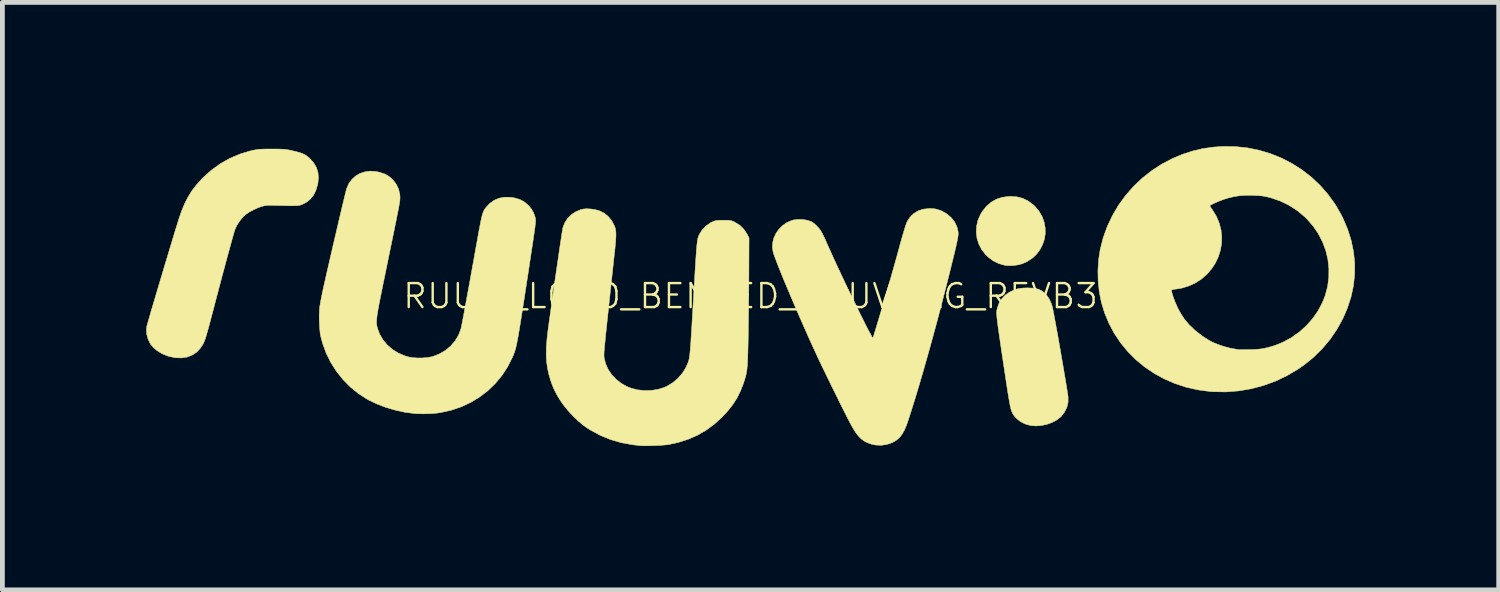
<source format=kicad_pcb>
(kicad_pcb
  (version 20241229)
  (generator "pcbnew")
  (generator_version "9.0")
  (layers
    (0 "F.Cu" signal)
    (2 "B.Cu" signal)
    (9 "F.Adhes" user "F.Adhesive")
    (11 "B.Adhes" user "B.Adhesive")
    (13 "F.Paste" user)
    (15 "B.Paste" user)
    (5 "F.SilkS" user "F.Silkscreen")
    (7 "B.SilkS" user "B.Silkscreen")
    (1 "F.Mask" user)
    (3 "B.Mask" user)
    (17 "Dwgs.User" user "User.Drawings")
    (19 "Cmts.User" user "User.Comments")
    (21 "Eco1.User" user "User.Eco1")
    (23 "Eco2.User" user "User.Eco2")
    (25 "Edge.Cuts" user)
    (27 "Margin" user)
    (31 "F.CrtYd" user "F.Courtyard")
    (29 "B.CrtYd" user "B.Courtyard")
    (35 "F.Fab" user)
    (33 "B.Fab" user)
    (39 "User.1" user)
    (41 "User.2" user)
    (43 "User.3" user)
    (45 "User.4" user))
  (footprint "RUUVI_LOGO_BENDED_RUUVITAG_REVB3"
    (layer "F.Cu")
    (at 12.608 3.127)
    (property "Reference" "RUUVI_LOGO_BENDED_RUUVITAG_REVB3" (at 0 0 0) (layer "F.SilkS") (effects (font (size 0.5 0.5) (thickness 0.05))))
    (attr through_hole)
    (fp_poly (pts (xy 5.559 -2.07) (xy 5.679 -2.039) (xy 5.788 -1.986) (xy 5.891 -1.91) (xy 5.932 -1.872) (xy 6.018 -1.77) (xy 6.082 -1.66) (xy 6.124 -1.544) (xy 6.146 -1.425) (xy 6.148 -1.305) (xy 6.13 -1.187) (xy 6.092 -1.074) (xy 6.037 -0.968) (xy 5.964 -0.871) (xy 5.873 -0.787) (xy 5.766 -0.718) (xy 5.662 -0.673) (xy 5.58 -0.652) (xy 5.488 -0.638) (xy 5.396 -0.635) (xy 5.316 -0.641) (xy 5.307 -0.642) (xy 5.176 -0.679) (xy 5.058 -0.738) (xy 4.951 -0.819) (xy 4.904 -0.865) (xy 4.822 -0.97) (xy 4.762 -1.085) (xy 4.724 -1.207) (xy 4.709 -1.333) (xy 4.716 -1.46) (xy 4.745 -1.586) (xy 4.798 -1.706) (xy 4.836 -1.768) (xy 4.922 -1.875) (xy 5.02 -1.959) (xy 5.13 -2.022) (xy 5.252 -2.061) (xy 5.385 -2.079) (xy 5.426 -2.08) (xy 5.559 -2.07)) (stroke (width 0.01) (type solid)) (fill yes) (layer "F.SilkS"))
    (fp_poly (pts (xy 5.872 -0.167) (xy 5.949 -0.158) (xy 6.01 -0.142) (xy 6.016 -0.14) (xy 6.098 -0.095) (xy 6.17 -0.028) (xy 6.23 0.059) (xy 6.277 0.161) (xy 6.295 0.222) (xy 6.303 0.256) (xy 6.314 0.313) (xy 6.329 0.389) (xy 6.346 0.482) (xy 6.366 0.59) (xy 6.388 0.709) (xy 6.411 0.837) (xy 6.435 0.972) (xy 6.459 1.11) (xy 6.483 1.249) (xy 6.507 1.387) (xy 6.53 1.521) (xy 6.551 1.647) (xy 6.571 1.764) (xy 6.588 1.869) (xy 6.603 1.959) (xy 6.614 2.032) (xy 6.622 2.085) (xy 6.624 2.106) (xy 6.624 2.216) (xy 6.598 2.322) (xy 6.55 2.42) (xy 6.479 2.511) (xy 6.472 2.518) (xy 6.391 2.583) (xy 6.293 2.636) (xy 6.183 2.675) (xy 6.067 2.7) (xy 5.951 2.709) (xy 5.84 2.699) (xy 5.83 2.697) (xy 5.724 2.666) (xy 5.629 2.617) (xy 5.549 2.554) (xy 5.487 2.48) (xy 5.466 2.444) (xy 5.456 2.423) (xy 5.447 2.401) (xy 5.438 2.377) (xy 5.43 2.347) (xy 5.421 2.31) (xy 5.411 2.264) (xy 5.401 2.208) (xy 5.389 2.139) (xy 5.375 2.056) (xy 5.359 1.956) (xy 5.341 1.838) (xy 5.32 1.699) (xy 5.296 1.539) (xy 5.282 1.45) (xy 5.254 1.26) (xy 5.229 1.094) (xy 5.208 0.949) (xy 5.19 0.825) (xy 5.175 0.718) (xy 5.162 0.628) (xy 5.152 0.552) (xy 5.145 0.49) (xy 5.139 0.438) (xy 5.136 0.397) (xy 5.134 0.363) (xy 5.134 0.336) (xy 5.136 0.313) (xy 5.138 0.293) (xy 5.142 0.274) (xy 5.142 0.273) (xy 5.177 0.163) (xy 5.233 0.066) (xy 5.309 -0.017) (xy 5.404 -0.084) (xy 5.518 -0.135) (xy 5.553 -0.147) (xy 5.619 -0.161) (xy 5.7 -0.169) (xy 5.787 -0.171) (xy 5.872 -0.167)) (stroke (width 0.01) (type solid)) (fill yes) (layer "F.SilkS"))
    (fp_poly (pts (xy -9.897 -3.068) (xy -9.823 -3.067) (xy -9.764 -3.064) (xy -9.714 -3.06) (xy -9.666 -3.054) (xy -9.617 -3.045) (xy -9.574 -3.036) (xy -9.477 -3.013) (xy -9.4 -2.992) (xy -9.338 -2.969) (xy -9.287 -2.943) (xy -9.242 -2.912) (xy -9.201 -2.877) (xy -9.119 -2.787) (xy -9.061 -2.69) (xy -9.026 -2.586) (xy -9.015 -2.472) (xy -9.027 -2.349) (xy -9.032 -2.326) (xy -9.068 -2.205) (xy -9.119 -2.103) (xy -9.188 -2.019) (xy -9.273 -1.953) (xy -9.312 -1.932) (xy -9.34 -1.919) (xy -9.365 -1.908) (xy -9.39 -1.899) (xy -9.418 -1.893) (xy -9.451 -1.888) (xy -9.494 -1.886) (xy -9.548 -1.885) (xy -9.616 -1.885) (xy -9.702 -1.887) (xy -9.807 -1.889) (xy -9.908 -1.892) (xy -9.989 -1.893) (xy -10.051 -1.893) (xy -10.1 -1.89) (xy -10.14 -1.885) (xy -10.177 -1.876) (xy -10.185 -1.874) (xy -10.274 -1.844) (xy -10.368 -1.801) (xy -10.458 -1.753) (xy -10.533 -1.702) (xy -10.541 -1.695) (xy -10.605 -1.633) (xy -10.667 -1.554) (xy -10.72 -1.468) (xy -10.759 -1.383) (xy -10.765 -1.364) (xy -10.777 -1.323) (xy -10.795 -1.26) (xy -10.818 -1.178) (xy -10.845 -1.079) (xy -10.876 -0.965) (xy -10.911 -0.839) (xy -10.947 -0.704) (xy -10.985 -0.561) (xy -11.025 -0.414) (xy -11.065 -0.264) (xy -11.104 -0.115) (xy -11.143 0.032) (xy -11.18 0.174) (xy -11.182 0.183) (xy -11.222 0.336) (xy -11.257 0.467) (xy -11.286 0.577) (xy -11.311 0.67) (xy -11.333 0.746) (xy -11.351 0.809) (xy -11.366 0.859) (xy -11.38 0.9) (xy -11.392 0.934) (xy -11.403 0.961) (xy -11.414 0.986) (xy -11.416 0.99) (xy -11.48 1.09) (xy -11.558 1.171) (xy -11.65 1.232) (xy -11.755 1.272) (xy -11.871 1.29) (xy -11.997 1.286) (xy -12 1.285) (xy -12.138 1.257) (xy -12.265 1.208) (xy -12.379 1.14) (xy -12.458 1.074) (xy -12.522 0.995) (xy -12.568 0.901) (xy -12.596 0.8) (xy -12.603 0.696) (xy -12.594 0.627) (xy -12.589 0.604) (xy -12.576 0.559) (xy -12.557 0.494) (xy -12.533 0.411) (xy -12.505 0.313) (xy -12.472 0.201) (xy -12.435 0.078) (xy -12.396 -0.055) (xy -12.354 -0.195) (xy -12.311 -0.34) (xy -12.267 -0.487) (xy -12.223 -0.636) (xy -12.178 -0.783) (xy -12.135 -0.927) (xy -12.093 -1.065) (xy -12.054 -1.196) (xy -12.017 -1.317) (xy -11.984 -1.425) (xy -11.954 -1.52) (xy -11.931 -1.595) (xy -11.871 -1.771) (xy -11.806 -1.928) (xy -11.735 -2.068) (xy -11.654 -2.198) (xy -11.56 -2.32) (xy -11.451 -2.441) (xy -11.415 -2.478) (xy -11.243 -2.631) (xy -11.058 -2.764) (xy -10.861 -2.875) (xy -10.651 -2.964) (xy -10.431 -3.03) (xy -10.383 -3.041) (xy -10.334 -3.05) (xy -10.289 -3.058) (xy -10.24 -3.063) (xy -10.185 -3.066) (xy -10.116 -3.068) (xy -10.03 -3.068) (xy -9.99 -3.068) (xy -9.897 -3.068)) (stroke (width 0.01) (type solid)) (fill yes) (layer "F.SilkS"))
    (fp_poly (pts (xy 3.854 -1.819) (xy 3.963 -1.787) (xy 4.068 -1.732) (xy 4.095 -1.714) (xy 4.188 -1.635) (xy 4.258 -1.546) (xy 4.306 -1.445) (xy 4.33 -1.34) (xy 4.332 -1.319) (xy 4.332 -1.295) (xy 4.33 -1.266) (xy 4.325 -1.229) (xy 4.317 -1.183) (xy 4.305 -1.126) (xy 4.29 -1.056) (xy 4.27 -0.971) (xy 4.246 -0.869) (xy 4.216 -0.747) (xy 4.181 -0.605) (xy 4.153 -0.492) (xy 4.065 -0.142) (xy 3.975 0.207) (xy 3.884 0.552) (xy 3.792 0.891) (xy 3.7 1.221) (xy 3.61 1.539) (xy 3.521 1.843) (xy 3.435 2.129) (xy 3.352 2.395) (xy 3.297 2.566) (xy 3.255 2.688) (xy 3.213 2.788) (xy 3.169 2.869) (xy 3.122 2.934) (xy 3.068 2.987) (xy 3.006 3.03) (xy 2.955 3.057) (xy 2.845 3.095) (xy 2.727 3.112) (xy 2.609 3.107) (xy 2.527 3.09) (xy 2.446 3.062) (xy 2.375 3.027) (xy 2.311 2.981) (xy 2.252 2.922) (xy 2.194 2.846) (xy 2.135 2.752) (xy 2.083 2.659) (xy 2.046 2.587) (xy 1.999 2.495) (xy 1.944 2.387) (xy 1.884 2.267) (xy 1.82 2.137) (xy 1.753 2.001) (xy 1.685 1.863) (xy 1.618 1.726) (xy 1.553 1.592) (xy 1.492 1.467) (xy 1.437 1.352) (xy 1.39 1.251) (xy 1.374 1.216) (xy 1.307 1.071) (xy 1.237 0.918) (xy 1.166 0.758) (xy 1.093 0.593) (xy 1.02 0.427) (xy 0.948 0.261) (xy 0.878 0.097) (xy 0.81 -0.063) (xy 0.745 -0.216) (xy 0.685 -0.36) (xy 0.631 -0.494) (xy 0.582 -0.615) (xy 0.541 -0.721) (xy 0.508 -0.809) (xy 0.483 -0.878) (xy 0.472 -0.914) (xy 0.456 -1.014) (xy 0.462 -1.116) (xy 0.488 -1.217) (xy 0.533 -1.312) (xy 0.595 -1.399) (xy 0.671 -1.474) (xy 0.76 -1.535) (xy 0.859 -1.577) (xy 0.896 -1.588) (xy 0.985 -1.599) (xy 1.08 -1.598) (xy 1.173 -1.584) (xy 1.255 -1.559) (xy 1.279 -1.547) (xy 1.323 -1.517) (xy 1.373 -1.472) (xy 1.423 -1.419) (xy 1.462 -1.368) (xy 1.481 -1.336) (xy 1.506 -1.287) (xy 1.536 -1.225) (xy 1.568 -1.157) (xy 1.587 -1.112) (xy 1.626 -1.025) (xy 1.671 -0.925) (xy 1.721 -0.814) (xy 1.776 -0.694) (xy 1.835 -0.568) (xy 1.897 -0.436) (xy 1.961 -0.301) (xy 2.026 -0.165) (xy 2.092 -0.029) (xy 2.156 0.103) (xy 2.218 0.232) (xy 2.278 0.354) (xy 2.335 0.467) (xy 2.386 0.571) (xy 2.432 0.662) (xy 2.472 0.739) (xy 2.505 0.8) (xy 2.529 0.843) (xy 2.544 0.866) (xy 2.548 0.869) (xy 2.558 0.859) (xy 2.562 0.848) (xy 2.568 0.831) (xy 2.579 0.793) (xy 2.596 0.736) (xy 2.618 0.665) (xy 2.643 0.581) (xy 2.671 0.489) (xy 2.691 0.422) (xy 2.755 0.208) (xy 2.824 -0.026) (xy 2.895 -0.275) (xy 2.969 -0.534) (xy 3.044 -0.8) (xy 3.117 -1.067) (xy 3.139 -1.147) (xy 3.165 -1.239) (xy 3.191 -1.327) (xy 3.215 -1.407) (xy 3.237 -1.475) (xy 3.255 -1.526) (xy 3.267 -1.555) (xy 3.327 -1.647) (xy 3.404 -1.722) (xy 3.495 -1.778) (xy 3.599 -1.812) (xy 3.611 -1.814) (xy 3.737 -1.828) (xy 3.854 -1.819)) (stroke (width 0.01) (type solid)) (fill yes) (layer "F.SilkS"))
    (fp_poly (pts (xy 10.114 -3.119) (xy 10.367 -3.092) (xy 10.613 -3.042) (xy 10.852 -2.97) (xy 11.082 -2.877) (xy 11.301 -2.763) (xy 11.509 -2.63) (xy 11.704 -2.478) (xy 11.884 -2.308) (xy 12.047 -2.121) (xy 12.194 -1.918) (xy 12.321 -1.7) (xy 12.359 -1.623) (xy 12.458 -1.39) (xy 12.531 -1.156) (xy 12.58 -0.919) (xy 12.604 -0.682) (xy 12.602 -0.446) (xy 12.576 -0.21) (xy 12.525 0.025) (xy 12.448 0.258) (xy 12.361 0.46) (xy 12.237 0.687) (xy 12.094 0.898) (xy 11.93 1.094) (xy 11.748 1.274) (xy 11.545 1.438) (xy 11.414 1.528) (xy 11.186 1.663) (xy 10.947 1.776) (xy 10.698 1.866) (xy 10.442 1.934) (xy 10.181 1.978) (xy 9.918 1.999) (xy 9.654 1.995) (xy 9.586 1.99) (xy 9.333 1.956) (xy 9.088 1.901) (xy 8.853 1.824) (xy 8.629 1.727) (xy 8.418 1.611) (xy 8.22 1.477) (xy 8.037 1.326) (xy 7.87 1.158) (xy 7.72 0.975) (xy 7.588 0.778) (xy 7.476 0.568) (xy 7.384 0.346) (xy 7.318 0.128) (xy 7.276 -0.085) (xy 7.272 -0.119) (xy 8.779 -0.119) (xy 8.781 -0.104) (xy 8.782 -0.101) (xy 8.816 0.016) (xy 8.863 0.14) (xy 8.919 0.263) (xy 8.982 0.377) (xy 9.045 0.473) (xy 9.151 0.599) (xy 9.277 0.719) (xy 9.415 0.828) (xy 9.56 0.921) (xy 9.622 0.954) (xy 9.704 0.991) (xy 9.801 1.027) (xy 9.902 1.059) (xy 9.998 1.084) (xy 10.059 1.096) (xy 10.107 1.104) (xy 10.147 1.111) (xy 10.171 1.116) (xy 10.173 1.116) (xy 10.191 1.117) (xy 10.23 1.118) (xy 10.285 1.118) (xy 10.352 1.117) (xy 10.406 1.117) (xy 10.503 1.114) (xy 10.582 1.109) (xy 10.648 1.102) (xy 10.708 1.092) (xy 10.738 1.085) (xy 10.851 1.057) (xy 10.949 1.026) (xy 11.044 0.989) (xy 11.117 0.957) (xy 11.29 0.863) (xy 11.45 0.748) (xy 11.597 0.616) (xy 11.727 0.469) (xy 11.839 0.308) (xy 11.93 0.136) (xy 11.988 -0.01) (xy 12.038 -0.198) (xy 12.063 -0.388) (xy 12.065 -0.578) (xy 12.044 -0.767) (xy 12 -0.951) (xy 11.933 -1.13) (xy 11.845 -1.3) (xy 11.736 -1.461) (xy 11.606 -1.61) (xy 11.566 -1.649) (xy 11.408 -1.782) (xy 11.237 -1.893) (xy 11.055 -1.982) (xy 10.859 -2.049) (xy 10.828 -2.058) (xy 10.765 -2.073) (xy 10.709 -2.084) (xy 10.652 -2.092) (xy 10.588 -2.097) (xy 10.508 -2.101) (xy 10.48 -2.102) (xy 10.337 -2.103) (xy 10.211 -2.095) (xy 10.093 -2.077) (xy 9.974 -2.049) (xy 9.888 -2.023) (xy 9.832 -2.003) (xy 9.772 -1.98) (xy 9.714 -1.955) (xy 9.66 -1.931) (xy 9.617 -1.909) (xy 9.589 -1.893) (xy 9.58 -1.883) (xy 9.587 -1.871) (xy 9.605 -1.843) (xy 9.631 -1.806) (xy 9.637 -1.797) (xy 9.719 -1.662) (xy 9.778 -1.521) (xy 9.815 -1.378) (xy 9.83 -1.233) (xy 9.825 -1.09) (xy 9.8 -0.949) (xy 9.756 -0.813) (xy 9.694 -0.684) (xy 9.615 -0.564) (xy 9.52 -0.455) (xy 9.41 -0.359) (xy 9.286 -0.278) (xy 9.148 -0.213) (xy 8.998 -0.167) (xy 8.886 -0.148) (xy 8.833 -0.141) (xy 8.801 -0.135) (xy 8.784 -0.128) (xy 8.779 -0.119) (xy 7.272 -0.119) (xy 7.252 -0.309) (xy 7.247 -0.536) (xy 7.262 -0.761) (xy 7.294 -0.971) (xy 7.356 -1.216) (xy 7.442 -1.453) (xy 7.549 -1.68) (xy 7.676 -1.895) (xy 7.823 -2.098) (xy 7.988 -2.287) (xy 8.17 -2.46) (xy 8.368 -2.616) (xy 8.58 -2.754) (xy 8.805 -2.872) (xy 9.006 -2.956) (xy 9.221 -3.026) (xy 9.435 -3.077) (xy 9.656 -3.108) (xy 9.857 -3.122) (xy 10.114 -3.119)) (stroke (width 0.01) (type solid)) (fill yes) (layer "F.SilkS"))
    (fp_poly (pts (xy -7.813 -2.599) (xy -7.74 -2.583) (xy -7.643 -2.551) (xy -7.563 -2.51) (xy -7.494 -2.457) (xy -7.462 -2.425) (xy -7.39 -2.332) (xy -7.342 -2.23) (xy -7.317 -2.12) (xy -7.315 -2.096) (xy -7.314 -2.08) (xy -7.313 -2.066) (xy -7.313 -2.051) (xy -7.313 -2.035) (xy -7.315 -2.015) (xy -7.317 -1.991) (xy -7.321 -1.962) (xy -7.327 -1.925) (xy -7.335 -1.879) (xy -7.345 -1.824) (xy -7.358 -1.758) (xy -7.374 -1.679) (xy -7.392 -1.587) (xy -7.414 -1.479) (xy -7.439 -1.354) (xy -7.469 -1.211) (xy -7.502 -1.05) (xy -7.54 -0.867) (xy -7.582 -0.663) (xy -7.627 -0.441) (xy -7.664 -0.264) (xy -7.695 -0.109) (xy -7.722 0.025) (xy -7.745 0.139) (xy -7.763 0.237) (xy -7.778 0.319) (xy -7.789 0.388) (xy -7.796 0.446) (xy -7.801 0.494) (xy -7.803 0.534) (xy -7.802 0.569) (xy -7.799 0.599) (xy -7.794 0.628) (xy -7.787 0.657) (xy -7.785 0.665) (xy -7.738 0.794) (xy -7.669 0.913) (xy -7.58 1.019) (xy -7.473 1.111) (xy -7.351 1.188) (xy -7.214 1.246) (xy -7.141 1.268) (xy -7.055 1.284) (xy -6.954 1.291) (xy -6.847 1.291) (xy -6.743 1.282) (xy -6.652 1.266) (xy -6.624 1.259) (xy -6.488 1.205) (xy -6.364 1.132) (xy -6.256 1.042) (xy -6.165 0.936) (xy -6.093 0.816) (xy -6.045 0.693) (xy -6.04 0.674) (xy -6.033 0.643) (xy -6.024 0.598) (xy -6.012 0.539) (xy -5.998 0.464) (xy -5.981 0.373) (xy -5.961 0.265) (xy -5.938 0.139) (xy -5.911 -0.006) (xy -5.881 -0.17) (xy -5.847 -0.356) (xy -5.81 -0.564) (xy -5.768 -0.794) (xy -5.723 -1.048) (xy -5.71 -1.116) (xy -5.685 -1.257) (xy -5.663 -1.377) (xy -5.644 -1.476) (xy -5.628 -1.558) (xy -5.614 -1.624) (xy -5.601 -1.676) (xy -5.589 -1.719) (xy -5.577 -1.752) (xy -5.565 -1.78) (xy -5.552 -1.803) (xy -5.537 -1.826) (xy -5.523 -1.844) (xy -5.442 -1.932) (xy -5.349 -1.999) (xy -5.245 -2.042) (xy -5.131 -2.063) (xy -5.007 -2.062) (xy -4.923 -2.048) (xy -4.815 -2.016) (xy -4.722 -1.967) (xy -4.641 -1.898) (xy -4.634 -1.891) (xy -4.573 -1.819) (xy -4.53 -1.747) (xy -4.5 -1.665) (xy -4.493 -1.64) (xy -4.49 -1.627) (xy -4.487 -1.613) (xy -4.485 -1.598) (xy -4.485 -1.58) (xy -4.485 -1.557) (xy -4.488 -1.526) (xy -4.492 -1.488) (xy -4.497 -1.439) (xy -4.505 -1.379) (xy -4.516 -1.305) (xy -4.529 -1.215) (xy -4.545 -1.109) (xy -4.564 -0.985) (xy -4.586 -0.84) (xy -4.611 -0.673) (xy -4.632 -0.534) (xy -4.668 -0.301) (xy -4.7 -0.091) (xy -4.729 0.097) (xy -4.755 0.264) (xy -4.779 0.412) (xy -4.799 0.542) (xy -4.818 0.656) (xy -4.834 0.755) (xy -4.849 0.84) (xy -4.863 0.914) (xy -4.875 0.976) (xy -4.886 1.03) (xy -4.897 1.076) (xy -4.908 1.115) (xy -4.918 1.15) (xy -4.929 1.181) (xy -4.94 1.211) (xy -4.951 1.239) (xy -4.964 1.269) (xy -4.97 1.282) (xy -5.07 1.479) (xy -5.189 1.66) (xy -5.327 1.826) (xy -5.482 1.975) (xy -5.652 2.105) (xy -5.836 2.217) (xy -6.033 2.309) (xy -6.242 2.38) (xy -6.461 2.429) (xy -6.574 2.445) (xy -6.646 2.451) (xy -6.733 2.454) (xy -6.827 2.456) (xy -6.918 2.454) (xy -6.997 2.451) (xy -7.015 2.449) (xy -7.214 2.423) (xy -7.414 2.379) (xy -7.611 2.321) (xy -7.797 2.25) (xy -7.967 2.169) (xy -7.992 2.155) (xy -8.177 2.036) (xy -8.347 1.898) (xy -8.501 1.743) (xy -8.638 1.571) (xy -8.756 1.386) (xy -8.853 1.19) (xy -8.929 0.984) (xy -8.969 0.832) (xy -8.98 0.765) (xy -8.988 0.68) (xy -8.994 0.584) (xy -8.998 0.484) (xy -8.998 0.386) (xy -8.994 0.299) (xy -8.989 0.233) (xy -8.981 0.182) (xy -8.969 0.114) (xy -8.954 0.034) (xy -8.937 -0.049) (xy -8.925 -0.108) (xy -8.909 -0.181) (xy -8.889 -0.271) (xy -8.865 -0.376) (xy -8.839 -0.493) (xy -8.809 -0.621) (xy -8.778 -0.758) (xy -8.745 -0.9) (xy -8.712 -1.045) (xy -8.677 -1.192) (xy -8.643 -1.338) (xy -8.61 -1.481) (xy -8.578 -1.618) (xy -8.547 -1.747) (xy -8.519 -1.867) (xy -8.493 -1.974) (xy -8.471 -2.066) (xy -8.453 -2.141) (xy -8.438 -2.198) (xy -8.429 -2.233) (xy -8.427 -2.24) (xy -8.382 -2.344) (xy -8.318 -2.433) (xy -8.239 -2.505) (xy -8.146 -2.559) (xy -8.043 -2.593) (xy -7.931 -2.607) (xy -7.813 -2.599)) (stroke (width 0.01) (type solid)) (fill yes) (layer "F.SilkS"))
    (fp_poly (pts (xy -3.333 -1.817) (xy -3.245 -1.804) (xy -3.163 -1.782) (xy -3.142 -1.775) (xy -3.05 -1.727) (xy -2.967 -1.659) (xy -2.896 -1.571) (xy -2.842 -1.469) (xy -2.835 -1.453) (xy -2.821 -1.41) (xy -2.812 -1.362) (xy -2.808 -1.304) (xy -2.809 -1.234) (xy -2.814 -1.148) (xy -2.824 -1.041) (xy -2.828 -0.996) (xy -2.858 -0.721) (xy -2.885 -0.469) (xy -2.91 -0.241) (xy -2.932 -0.034) (xy -2.952 0.152) (xy -2.97 0.319) (xy -2.986 0.468) (xy -3 0.599) (xy -3.012 0.715) (xy -3.023 0.816) (xy -3.031 0.902) (xy -3.039 0.977) (xy -3.045 1.04) (xy -3.05 1.092) (xy -3.053 1.135) (xy -3.056 1.171) (xy -3.057 1.199) (xy -3.058 1.221) (xy -3.058 1.239) (xy -3.058 1.254) (xy -3.057 1.265) (xy -3.055 1.276) (xy -3.054 1.287) (xy -3.052 1.298) (xy -3.052 1.298) (xy -3.021 1.418) (xy -2.969 1.533) (xy -2.896 1.64) (xy -2.805 1.736) (xy -2.699 1.819) (xy -2.581 1.886) (xy -2.49 1.922) (xy -2.356 1.956) (xy -2.215 1.971) (xy -2.073 1.968) (xy -1.934 1.947) (xy -1.806 1.908) (xy -1.746 1.881) (xy -1.623 1.807) (xy -1.513 1.714) (xy -1.42 1.606) (xy -1.346 1.487) (xy -1.299 1.376) (xy -1.293 1.357) (xy -1.287 1.336) (xy -1.282 1.313) (xy -1.277 1.286) (xy -1.272 1.254) (xy -1.267 1.214) (xy -1.262 1.165) (xy -1.257 1.106) (xy -1.251 1.034) (xy -1.245 0.949) (xy -1.239 0.848) (xy -1.231 0.73) (xy -1.223 0.594) (xy -1.214 0.437) (xy -1.203 0.258) (xy -1.192 0.063) (xy -1.18 -0.141) (xy -1.169 -0.322) (xy -1.16 -0.481) (xy -1.151 -0.62) (xy -1.144 -0.739) (xy -1.137 -0.842) (xy -1.131 -0.928) (xy -1.125 -1.001) (xy -1.12 -1.061) (xy -1.114 -1.11) (xy -1.109 -1.15) (xy -1.104 -1.182) (xy -1.098 -1.208) (xy -1.092 -1.229) (xy -1.086 -1.248) (xy -1.079 -1.265) (xy -1.071 -1.282) (xy -1.069 -1.286) (xy -1.01 -1.379) (xy -0.933 -1.461) (xy -0.842 -1.525) (xy -0.81 -1.542) (xy -0.773 -1.558) (xy -0.742 -1.57) (xy -0.711 -1.577) (xy -0.674 -1.58) (xy -0.622 -1.582) (xy -0.567 -1.582) (xy -0.501 -1.582) (xy -0.453 -1.58) (xy -0.418 -1.576) (xy -0.388 -1.568) (xy -0.357 -1.556) (xy -0.325 -1.54) (xy -0.226 -1.479) (xy -0.143 -1.397) (xy -0.076 -1.298) (xy -0.032 -1.216) (xy -0.035 -0.435) (xy -0.036 -0.274) (xy -0.037 -0.103) (xy -0.039 0.073) (xy -0.041 0.25) (xy -0.043 0.424) (xy -0.045 0.588) (xy -0.047 0.738) (xy -0.049 0.87) (xy -0.05 0.914) (xy -0.053 1.06) (xy -0.056 1.184) (xy -0.059 1.289) (xy -0.063 1.377) (xy -0.068 1.451) (xy -0.074 1.515) (xy -0.081 1.57) (xy -0.09 1.62) (xy -0.101 1.668) (xy -0.115 1.717) (xy -0.131 1.769) (xy -0.145 1.811) (xy -0.208 1.975) (xy -0.283 2.126) (xy -0.373 2.267) (xy -0.483 2.405) (xy -0.592 2.522) (xy -0.753 2.669) (xy -0.921 2.793) (xy -1.099 2.898) (xy -1.29 2.982) (xy -1.495 3.049) (xy -1.704 3.096) (xy -1.748 3.102) (xy -1.811 3.108) (xy -1.887 3.113) (xy -1.971 3.117) (xy -2.057 3.12) (xy -2.139 3.122) (xy -2.213 3.123) (xy -2.273 3.122) (xy -2.313 3.119) (xy -2.313 3.119) (xy -2.343 3.115) (xy -2.389 3.109) (xy -2.444 3.103) (xy -2.464 3.1) (xy -2.693 3.06) (xy -2.916 2.995) (xy -3.132 2.907) (xy -3.339 2.796) (xy -3.417 2.747) (xy -3.507 2.68) (xy -3.604 2.597) (xy -3.702 2.503) (xy -3.795 2.403) (xy -3.879 2.303) (xy -3.944 2.214) (xy -4.009 2.113) (xy -4.06 2.023) (xy -4.103 1.937) (xy -4.14 1.846) (xy -4.172 1.754) (xy -4.211 1.623) (xy -4.238 1.493) (xy -4.256 1.36) (xy -4.263 1.219) (xy -4.26 1.067) (xy -4.247 0.898) (xy -4.23 0.75) (xy -4.218 0.659) (xy -4.204 0.552) (xy -4.187 0.433) (xy -4.169 0.303) (xy -4.15 0.164) (xy -4.129 0.019) (xy -4.108 -0.131) (xy -4.087 -0.282) (xy -4.065 -0.432) (xy -4.043 -0.581) (xy -4.022 -0.724) (xy -4.002 -0.86) (xy -3.984 -0.987) (xy -3.966 -1.103) (xy -3.951 -1.205) (xy -3.938 -1.29) (xy -3.927 -1.358) (xy -3.919 -1.405) (xy -3.914 -1.43) (xy -3.914 -1.431) (xy -3.875 -1.531) (xy -3.815 -1.622) (xy -3.737 -1.699) (xy -3.646 -1.76) (xy -3.543 -1.803) (xy -3.489 -1.816) (xy -3.417 -1.822) (xy -3.333 -1.817)) (stroke (width 0.01) (type solid)) (fill yes) (layer "F.SilkS")))
  (gr_rect
    (start -3 -3)
    (end 28.216 9.255)
    (stroke (width 0.1) (type default))
    (fill no)
    (layer "Edge.Cuts")))
</source>
